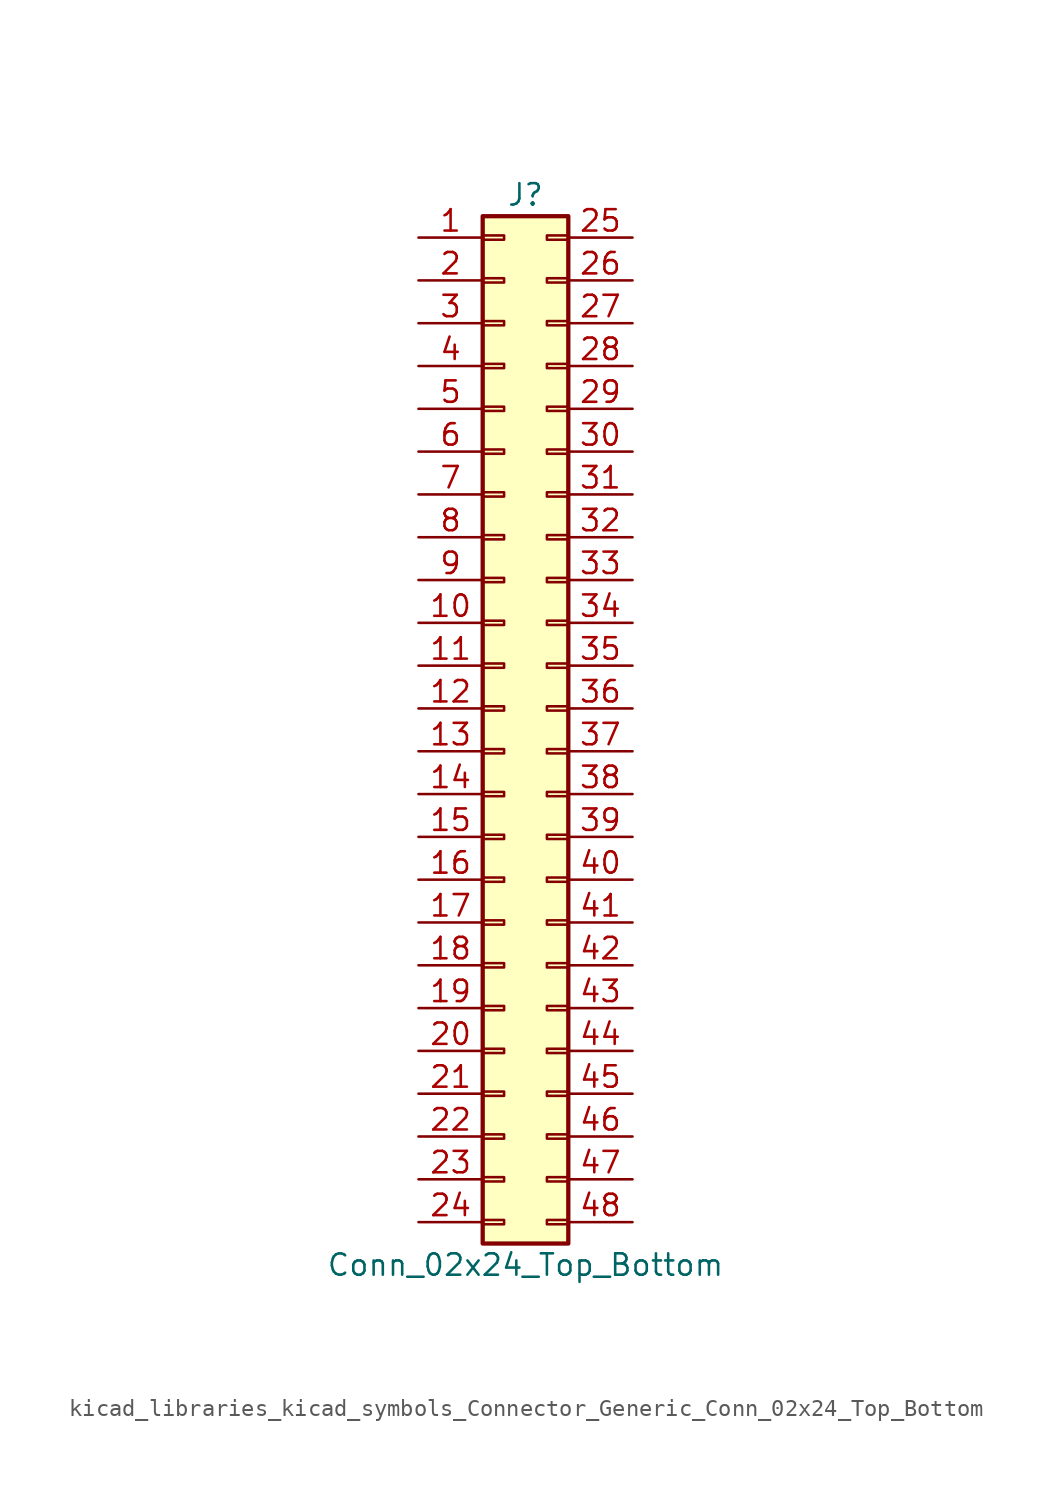
<source format=kicad_sym>
(kicad_symbol_lib
  (version 20220914)
  (generator kicad_symbol_editor)
  (symbol "kicad_libraries_kicad_symbols_Connector_Generic_Conn_02x24_Top_Bottom"
    (pin_names
      (offset 1.016) hide)
    (property "Reference" "J"
      (at 1.27 30.48 0)
      (effects (font (size 1.27 1.27))))
    (property "Value" "Conn_02x24_Top_Bottom"
      (at 1.27 -33.02 0)
      (effects (font (size 1.27 1.27))))
    (symbol "kicad_libraries_kicad_symbols_Connector_Generic_Conn_02x24_Top_Bottom_1_1"
      (rectangle (start -1.27 -30.353) (end 0 -30.607) (stroke (width 0.152) (type default)) (fill (type none)))
      (rectangle (start -1.27 -27.813) (end 0 -28.067) (stroke (width 0.152) (type default)) (fill (type none)))
      (rectangle (start -1.27 -25.273) (end 0 -25.527) (stroke (width 0.152) (type default)) (fill (type none)))
      (rectangle (start -1.27 -22.733) (end 0 -22.987) (stroke (width 0.152) (type default)) (fill (type none)))
      (rectangle (start -1.27 -20.193) (end 0 -20.447) (stroke (width 0.152) (type default)) (fill (type none)))
      (rectangle (start -1.27 -17.653) (end 0 -17.907) (stroke (width 0.152) (type default)) (fill (type none)))
      (rectangle (start -1.27 -15.113) (end 0 -15.367) (stroke (width 0.152) (type default)) (fill (type none)))
      (rectangle (start -1.27 -12.573) (end 0 -12.827) (stroke (width 0.152) (type default)) (fill (type none)))
      (rectangle (start -1.27 -10.033) (end 0 -10.287) (stroke (width 0.152) (type default)) (fill (type none)))
      (rectangle (start -1.27 -7.493) (end 0 -7.747) (stroke (width 0.152) (type default)) (fill (type none)))
      (rectangle (start -1.27 -4.953) (end 0 -5.207) (stroke (width 0.152) (type default)) (fill (type none)))
      (rectangle (start -1.27 -2.413) (end 0 -2.667) (stroke (width 0.152) (type default)) (fill (type none)))
      (rectangle (start -1.27 0.127) (end 0 -0.127) (stroke (width 0.152) (type default)) (fill (type none)))
      (rectangle (start -1.27 2.667) (end 0 2.413) (stroke (width 0.152) (type default)) (fill (type none)))
      (rectangle (start -1.27 5.207) (end 0 4.953) (stroke (width 0.152) (type default)) (fill (type none)))
      (rectangle (start -1.27 7.747) (end 0 7.493) (stroke (width 0.152) (type default)) (fill (type none)))
      (rectangle (start -1.27 10.287) (end 0 10.033) (stroke (width 0.152) (type default)) (fill (type none)))
      (rectangle (start -1.27 12.827) (end 0 12.573) (stroke (width 0.152) (type default)) (fill (type none)))
      (rectangle (start -1.27 15.367) (end 0 15.113) (stroke (width 0.152) (type default)) (fill (type none)))
      (rectangle (start -1.27 17.907) (end 0 17.653) (stroke (width 0.152) (type default)) (fill (type none)))
      (rectangle (start -1.27 20.447) (end 0 20.193) (stroke (width 0.152) (type default)) (fill (type none)))
      (rectangle (start -1.27 22.987) (end 0 22.733) (stroke (width 0.152) (type default)) (fill (type none)))
      (rectangle (start -1.27 25.527) (end 0 25.273) (stroke (width 0.152) (type default)) (fill (type none)))
      (rectangle (start -1.27 28.067) (end 0 27.813) (stroke (width 0.152) (type default)) (fill (type none)))
      (rectangle (start -1.27 29.21) (end 3.81 -31.75) (stroke (width 0.254) (type default)) (fill (type background)))
      (rectangle (start 3.81 -30.353) (end 2.54 -30.607) (stroke (width 0.152) (type default)) (fill (type none)))
      (rectangle (start 3.81 -27.813) (end 2.54 -28.067) (stroke (width 0.152) (type default)) (fill (type none)))
      (rectangle (start 3.81 -25.273) (end 2.54 -25.527) (stroke (width 0.152) (type default)) (fill (type none)))
      (rectangle (start 3.81 -22.733) (end 2.54 -22.987) (stroke (width 0.152) (type default)) (fill (type none)))
      (rectangle (start 3.81 -20.193) (end 2.54 -20.447) (stroke (width 0.152) (type default)) (fill (type none)))
      (rectangle (start 3.81 -17.653) (end 2.54 -17.907) (stroke (width 0.152) (type default)) (fill (type none)))
      (rectangle (start 3.81 -15.113) (end 2.54 -15.367) (stroke (width 0.152) (type default)) (fill (type none)))
      (rectangle (start 3.81 -12.573) (end 2.54 -12.827) (stroke (width 0.152) (type default)) (fill (type none)))
      (rectangle (start 3.81 -10.033) (end 2.54 -10.287) (stroke (width 0.152) (type default)) (fill (type none)))
      (rectangle (start 3.81 -7.493) (end 2.54 -7.747) (stroke (width 0.152) (type default)) (fill (type none)))
      (rectangle (start 3.81 -4.953) (end 2.54 -5.207) (stroke (width 0.152) (type default)) (fill (type none)))
      (rectangle (start 3.81 -2.413) (end 2.54 -2.667) (stroke (width 0.152) (type default)) (fill (type none)))
      (rectangle (start 3.81 0.127) (end 2.54 -0.127) (stroke (width 0.152) (type default)) (fill (type none)))
      (rectangle (start 3.81 2.667) (end 2.54 2.413) (stroke (width 0.152) (type default)) (fill (type none)))
      (rectangle (start 3.81 5.207) (end 2.54 4.953) (stroke (width 0.152) (type default)) (fill (type none)))
      (rectangle (start 3.81 7.747) (end 2.54 7.493) (stroke (width 0.152) (type default)) (fill (type none)))
      (rectangle (start 3.81 10.287) (end 2.54 10.033) (stroke (width 0.152) (type default)) (fill (type none)))
      (rectangle (start 3.81 12.827) (end 2.54 12.573) (stroke (width 0.152) (type default)) (fill (type none)))
      (rectangle (start 3.81 15.367) (end 2.54 15.113) (stroke (width 0.152) (type default)) (fill (type none)))
      (rectangle (start 3.81 17.907) (end 2.54 17.653) (stroke (width 0.152) (type default)) (fill (type none)))
      (rectangle (start 3.81 20.447) (end 2.54 20.193) (stroke (width 0.152) (type default)) (fill (type none)))
      (rectangle (start 3.81 22.987) (end 2.54 22.733) (stroke (width 0.152) (type default)) (fill (type none)))
      (rectangle (start 3.81 25.527) (end 2.54 25.273) (stroke (width 0.152) (type default)) (fill (type none)))
      (rectangle (start 3.81 28.067) (end 2.54 27.813) (stroke (width 0.152) (type default)) (fill (type none)))
      (pin passive line (at -5.08 27.94 0) (length 3.81) (name "Pin_1" (effects (font (size 1.27 1.27)))) (number "1" (effects (font (size 1.27 1.27)))))
      (pin passive line (at -5.08 5.08 0) (length 3.81) (name "Pin_10" (effects (font (size 1.27 1.27)))) (number "10" (effects (font (size 1.27 1.27)))))
      (pin passive line (at -5.08 2.54 0) (length 3.81) (name "Pin_11" (effects (font (size 1.27 1.27)))) (number "11" (effects (font (size 1.27 1.27)))))
      (pin passive line (at -5.08 0 0) (length 3.81) (name "Pin_12" (effects (font (size 1.27 1.27)))) (number "12" (effects (font (size 1.27 1.27)))))
      (pin passive line (at -5.08 -2.54 0) (length 3.81) (name "Pin_13" (effects (font (size 1.27 1.27)))) (number "13" (effects (font (size 1.27 1.27)))))
      (pin passive line (at -5.08 -5.08 0) (length 3.81) (name "Pin_14" (effects (font (size 1.27 1.27)))) (number "14" (effects (font (size 1.27 1.27)))))
      (pin passive line (at -5.08 -7.62 0) (length 3.81) (name "Pin_15" (effects (font (size 1.27 1.27)))) (number "15" (effects (font (size 1.27 1.27)))))
      (pin passive line (at -5.08 -10.16 0) (length 3.81) (name "Pin_16" (effects (font (size 1.27 1.27)))) (number "16" (effects (font (size 1.27 1.27)))))
      (pin passive line (at -5.08 -12.7 0) (length 3.81) (name "Pin_17" (effects (font (size 1.27 1.27)))) (number "17" (effects (font (size 1.27 1.27)))))
      (pin passive line (at -5.08 -15.24 0) (length 3.81) (name "Pin_18" (effects (font (size 1.27 1.27)))) (number "18" (effects (font (size 1.27 1.27)))))
      (pin passive line (at -5.08 -17.78 0) (length 3.81) (name "Pin_19" (effects (font (size 1.27 1.27)))) (number "19" (effects (font (size 1.27 1.27)))))
      (pin passive line (at -5.08 25.4 0) (length 3.81) (name "Pin_2" (effects (font (size 1.27 1.27)))) (number "2" (effects (font (size 1.27 1.27)))))
      (pin passive line (at -5.08 -20.32 0) (length 3.81) (name "Pin_20" (effects (font (size 1.27 1.27)))) (number "20" (effects (font (size 1.27 1.27)))))
      (pin passive line (at -5.08 -22.86 0) (length 3.81) (name "Pin_21" (effects (font (size 1.27 1.27)))) (number "21" (effects (font (size 1.27 1.27)))))
      (pin passive line (at -5.08 -25.4 0) (length 3.81) (name "Pin_22" (effects (font (size 1.27 1.27)))) (number "22" (effects (font (size 1.27 1.27)))))
      (pin passive line (at -5.08 -27.94 0) (length 3.81) (name "Pin_23" (effects (font (size 1.27 1.27)))) (number "23" (effects (font (size 1.27 1.27)))))
      (pin passive line (at -5.08 -30.48 0) (length 3.81) (name "Pin_24" (effects (font (size 1.27 1.27)))) (number "24" (effects (font (size 1.27 1.27)))))
      (pin passive line (at 7.62 27.94 180) (length 3.81) (name "Pin_25" (effects (font (size 1.27 1.27)))) (number "25" (effects (font (size 1.27 1.27)))))
      (pin passive line (at 7.62 25.4 180) (length 3.81) (name "Pin_26" (effects (font (size 1.27 1.27)))) (number "26" (effects (font (size 1.27 1.27)))))
      (pin passive line (at 7.62 22.86 180) (length 3.81) (name "Pin_27" (effects (font (size 1.27 1.27)))) (number "27" (effects (font (size 1.27 1.27)))))
      (pin passive line (at 7.62 20.32 180) (length 3.81) (name "Pin_28" (effects (font (size 1.27 1.27)))) (number "28" (effects (font (size 1.27 1.27)))))
      (pin passive line (at 7.62 17.78 180) (length 3.81) (name "Pin_29" (effects (font (size 1.27 1.27)))) (number "29" (effects (font (size 1.27 1.27)))))
      (pin passive line (at -5.08 22.86 0) (length 3.81) (name "Pin_3" (effects (font (size 1.27 1.27)))) (number "3" (effects (font (size 1.27 1.27)))))
      (pin passive line (at 7.62 15.24 180) (length 3.81) (name "Pin_30" (effects (font (size 1.27 1.27)))) (number "30" (effects (font (size 1.27 1.27)))))
      (pin passive line (at 7.62 12.7 180) (length 3.81) (name "Pin_31" (effects (font (size 1.27 1.27)))) (number "31" (effects (font (size 1.27 1.27)))))
      (pin passive line (at 7.62 10.16 180) (length 3.81) (name "Pin_32" (effects (font (size 1.27 1.27)))) (number "32" (effects (font (size 1.27 1.27)))))
      (pin passive line (at 7.62 7.62 180) (length 3.81) (name "Pin_33" (effects (font (size 1.27 1.27)))) (number "33" (effects (font (size 1.27 1.27)))))
      (pin passive line (at 7.62 5.08 180) (length 3.81) (name "Pin_34" (effects (font (size 1.27 1.27)))) (number "34" (effects (font (size 1.27 1.27)))))
      (pin passive line (at 7.62 2.54 180) (length 3.81) (name "Pin_35" (effects (font (size 1.27 1.27)))) (number "35" (effects (font (size 1.27 1.27)))))
      (pin passive line (at 7.62 0 180) (length 3.81) (name "Pin_36" (effects (font (size 1.27 1.27)))) (number "36" (effects (font (size 1.27 1.27)))))
      (pin passive line (at 7.62 -2.54 180) (length 3.81) (name "Pin_37" (effects (font (size 1.27 1.27)))) (number "37" (effects (font (size 1.27 1.27)))))
      (pin passive line (at 7.62 -5.08 180) (length 3.81) (name "Pin_38" (effects (font (size 1.27 1.27)))) (number "38" (effects (font (size 1.27 1.27)))))
      (pin passive line (at 7.62 -7.62 180) (length 3.81) (name "Pin_39" (effects (font (size 1.27 1.27)))) (number "39" (effects (font (size 1.27 1.27)))))
      (pin passive line (at -5.08 20.32 0) (length 3.81) (name "Pin_4" (effects (font (size 1.27 1.27)))) (number "4" (effects (font (size 1.27 1.27)))))
      (pin passive line (at 7.62 -10.16 180) (length 3.81) (name "Pin_40" (effects (font (size 1.27 1.27)))) (number "40" (effects (font (size 1.27 1.27)))))
      (pin passive line (at 7.62 -12.7 180) (length 3.81) (name "Pin_41" (effects (font (size 1.27 1.27)))) (number "41" (effects (font (size 1.27 1.27)))))
      (pin passive line (at 7.62 -15.24 180) (length 3.81) (name "Pin_42" (effects (font (size 1.27 1.27)))) (number "42" (effects (font (size 1.27 1.27)))))
      (pin passive line (at 7.62 -17.78 180) (length 3.81) (name "Pin_43" (effects (font (size 1.27 1.27)))) (number "43" (effects (font (size 1.27 1.27)))))
      (pin passive line (at 7.62 -20.32 180) (length 3.81) (name "Pin_44" (effects (font (size 1.27 1.27)))) (number "44" (effects (font (size 1.27 1.27)))))
      (pin passive line (at 7.62 -22.86 180) (length 3.81) (name "Pin_45" (effects (font (size 1.27 1.27)))) (number "45" (effects (font (size 1.27 1.27)))))
      (pin passive line (at 7.62 -25.4 180) (length 3.81) (name "Pin_46" (effects (font (size 1.27 1.27)))) (number "46" (effects (font (size 1.27 1.27)))))
      (pin passive line (at 7.62 -27.94 180) (length 3.81) (name "Pin_47" (effects (font (size 1.27 1.27)))) (number "47" (effects (font (size 1.27 1.27)))))
      (pin passive line (at 7.62 -30.48 180) (length 3.81) (name "Pin_48" (effects (font (size 1.27 1.27)))) (number "48" (effects (font (size 1.27 1.27)))))
      (pin passive line (at -5.08 17.78 0) (length 3.81) (name "Pin_5" (effects (font (size 1.27 1.27)))) (number "5" (effects (font (size 1.27 1.27)))))
      (pin passive line (at -5.08 15.24 0) (length 3.81) (name "Pin_6" (effects (font (size 1.27 1.27)))) (number "6" (effects (font (size 1.27 1.27)))))
      (pin passive line (at -5.08 12.7 0) (length 3.81) (name "Pin_7" (effects (font (size 1.27 1.27)))) (number "7" (effects (font (size 1.27 1.27)))))
      (pin passive line (at -5.08 10.16 0) (length 3.81) (name "Pin_8" (effects (font (size 1.27 1.27)))) (number "8" (effects (font (size 1.27 1.27)))))
      (pin passive line (at -5.08 7.62 0) (length 3.81) (name "Pin_9" (effects (font (size 1.27 1.27)))) (number "9" (effects (font (size 1.27 1.27))))))))
</source>
